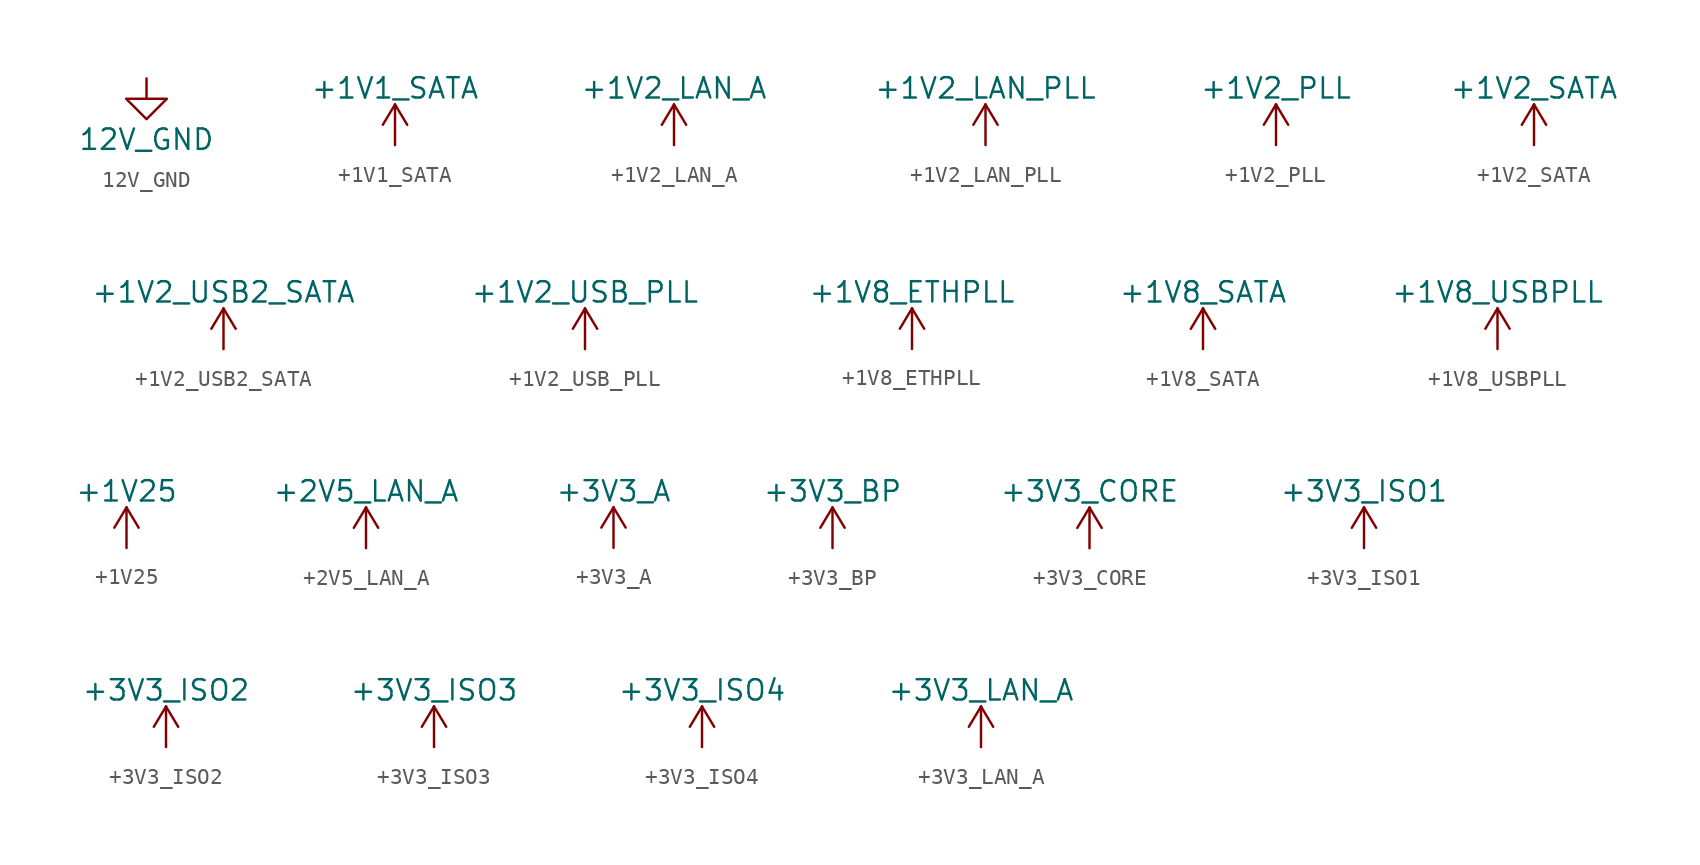
<source format=kicad_sym>
(kicad_symbol_lib
  (version 20211014)
  (generator kicad_symbol_editor)
  (symbol "12V_GND"
    (power)
    (pin_names
      (offset 0))
    (property "Reference" "#PWR"
      (at 0 -6.35 0)
      (effects (font (size 1.27 1.27)) hide))
    (property "Value" "12V_GND"
      (at 0 -3.81 0)
      (effects (font (size 1.27 1.27))))
    (symbol "12V_GND_0_1"
      (polyline (pts (xy 0 0) (xy 0 -1.27) (xy 1.27 -1.27) (xy 0 -2.54) (xy -1.27 -1.27) (xy 0 -1.27)) (stroke (width 0) (type default) (color 0 0 0 0)) (fill (type none))))
    (symbol "12V_GND_1_1"
      (pin power_in line (at 0 0 270) (length 0) hide (name "12V_GND" (effects (font (size 1.27 1.27)))) (number "1" (effects (font (size 1.27 1.27)))))))
  (symbol "+1V1_SATA"
    (power)
    (pin_names
      (offset 0))
    (property "Reference" "#PWR"
      (at 0 -3.81 0)
      (effects (font (size 1.27 1.27)) hide))
    (property "Value" "+1V1_SATA"
      (at 0 3.556 0)
      (effects (font (size 1.27 1.27))))
    (property "Footprint" ""
      (at 0 0 0)
      (effects (font (size 1.27 1.27))))
    (property "Datasheet" ""
      (at 0 0 0)
      (effects (font (size 1.27 1.27))))
    (symbol "+1V1_SATA_0_1"
      (polyline (pts (xy -0.762 1.27) (xy 0 2.54)) (stroke (width 0) (type default) (color 0 0 0 0)) (fill (type none)))
      (polyline (pts (xy 0 0) (xy 0 2.54)) (stroke (width 0) (type default) (color 0 0 0 0)) (fill (type none)))
      (polyline (pts (xy 0 2.54) (xy 0.762 1.27)) (stroke (width 0) (type default) (color 0 0 0 0)) (fill (type none))))
    (symbol "+1V1_SATA_1_1"
      (pin power_in line (at 0 0 90) (length 0) hide (name "+1V1_SATA" (effects (font (size 1.27 1.27)))) (number "1" (effects (font (size 1.27 1.27)))))))
  (symbol "+1V2_LAN_A"
    (power)
    (pin_names
      (offset 0))
    (property "Reference" "#PWR"
      (at 0 -3.81 0)
      (effects (font (size 1.27 1.27)) hide))
    (property "Value" "+1V2_LAN_A"
      (at 0 3.556 0)
      (effects (font (size 1.27 1.27))))
    (property "Footprint" ""
      (at 0 0 0)
      (effects (font (size 1.27 1.27))))
    (property "Datasheet" ""
      (at 0 0 0)
      (effects (font (size 1.27 1.27))))
    (symbol "+1V2_LAN_A_0_1"
      (polyline (pts (xy -0.762 1.27) (xy 0 2.54)) (stroke (width 0) (type default) (color 0 0 0 0)) (fill (type none)))
      (polyline (pts (xy 0 0) (xy 0 2.54)) (stroke (width 0) (type default) (color 0 0 0 0)) (fill (type none)))
      (polyline (pts (xy 0 2.54) (xy 0.762 1.27)) (stroke (width 0) (type default) (color 0 0 0 0)) (fill (type none))))
    (symbol "+1V2_LAN_A_1_1"
      (pin power_in line (at 0 0 90) (length 0) hide (name "+1V2_LAN_A" (effects (font (size 1.27 1.27)))) (number "1" (effects (font (size 1.27 1.27)))))))
  (symbol "+1V2_LAN_PLL"
    (power)
    (pin_names
      (offset 0))
    (property "Reference" "#PWR"
      (at 0 -3.81 0)
      (effects (font (size 1.27 1.27)) hide))
    (property "Value" "+1V2_LAN_PLL"
      (at 0 3.556 0)
      (effects (font (size 1.27 1.27))))
    (property "Footprint" ""
      (at 0 0 0)
      (effects (font (size 1.27 1.27))))
    (property "Datasheet" ""
      (at 0 0 0)
      (effects (font (size 1.27 1.27))))
    (symbol "+1V2_LAN_PLL_0_1"
      (polyline (pts (xy -0.762 1.27) (xy 0 2.54)) (stroke (width 0) (type default) (color 0 0 0 0)) (fill (type none)))
      (polyline (pts (xy 0 0) (xy 0 2.54)) (stroke (width 0) (type default) (color 0 0 0 0)) (fill (type none)))
      (polyline (pts (xy 0 2.54) (xy 0.762 1.27)) (stroke (width 0) (type default) (color 0 0 0 0)) (fill (type none))))
    (symbol "+1V2_LAN_PLL_1_1"
      (pin power_in line (at 0 0 90) (length 0) hide (name "+1V2_LAN_PLL" (effects (font (size 1.27 1.27)))) (number "1" (effects (font (size 1.27 1.27)))))))
  (symbol "+1V2_PLL"
    (power)
    (pin_names
      (offset 0))
    (property "Reference" "#PWR"
      (at 0 -3.81 0)
      (effects (font (size 1.27 1.27)) hide))
    (property "Value" "+1V2_PLL"
      (at 0 3.556 0)
      (effects (font (size 1.27 1.27))))
    (property "Footprint" ""
      (at 0 0 0)
      (effects (font (size 1.27 1.27))))
    (property "Datasheet" ""
      (at 0 0 0)
      (effects (font (size 1.27 1.27))))
    (symbol "+1V2_PLL_0_1"
      (polyline (pts (xy -0.762 1.27) (xy 0 2.54)) (stroke (width 0) (type default) (color 0 0 0 0)) (fill (type none)))
      (polyline (pts (xy 0 0) (xy 0 2.54)) (stroke (width 0) (type default) (color 0 0 0 0)) (fill (type none)))
      (polyline (pts (xy 0 2.54) (xy 0.762 1.27)) (stroke (width 0) (type default) (color 0 0 0 0)) (fill (type none))))
    (symbol "+1V2_PLL_1_1"
      (pin power_in line (at 0 0 90) (length 0) hide (name "+1V2_PLL" (effects (font (size 1.27 1.27)))) (number "1" (effects (font (size 1.27 1.27)))))))
  (symbol "+1V2_SATA"
    (power)
    (pin_names
      (offset 0))
    (property "Reference" "#PWR"
      (at 0 -3.81 0)
      (effects (font (size 1.27 1.27)) hide))
    (property "Value" "+1V2_SATA"
      (at 0 3.556 0)
      (effects (font (size 1.27 1.27))))
    (property "Footprint" ""
      (at 0 0 0)
      (effects (font (size 1.27 1.27))))
    (property "Datasheet" ""
      (at 0 0 0)
      (effects (font (size 1.27 1.27))))
    (symbol "+1V2_SATA_0_1"
      (polyline (pts (xy -0.762 1.27) (xy 0 2.54)) (stroke (width 0) (type default) (color 0 0 0 0)) (fill (type none)))
      (polyline (pts (xy 0 0) (xy 0 2.54)) (stroke (width 0) (type default) (color 0 0 0 0)) (fill (type none)))
      (polyline (pts (xy 0 2.54) (xy 0.762 1.27)) (stroke (width 0) (type default) (color 0 0 0 0)) (fill (type none))))
    (symbol "+1V2_SATA_1_1"
      (pin power_in line (at 0 0 90) (length 0) hide (name "+1V2_SATA" (effects (font (size 1.27 1.27)))) (number "1" (effects (font (size 1.27 1.27)))))))
  (symbol "+1V2_USB2_SATA"
    (power)
    (pin_names
      (offset 0))
    (property "Reference" "#PWR"
      (at 0 -3.81 0)
      (effects (font (size 1.27 1.27)) hide))
    (property "Value" "+1V2_USB2_SATA"
      (at 0 3.556 0)
      (effects (font (size 1.27 1.27))))
    (property "Footprint" ""
      (at 0 0 0)
      (effects (font (size 1.27 1.27))))
    (property "Datasheet" ""
      (at 0 0 0)
      (effects (font (size 1.27 1.27))))
    (symbol "+1V2_USB2_SATA_0_1"
      (polyline (pts (xy -0.762 1.27) (xy 0 2.54)) (stroke (width 0) (type default) (color 0 0 0 0)) (fill (type none)))
      (polyline (pts (xy 0 0) (xy 0 2.54)) (stroke (width 0) (type default) (color 0 0 0 0)) (fill (type none)))
      (polyline (pts (xy 0 2.54) (xy 0.762 1.27)) (stroke (width 0) (type default) (color 0 0 0 0)) (fill (type none))))
    (symbol "+1V2_USB2_SATA_1_1"
      (pin power_in line (at 0 0 90) (length 0) hide (name "+1V2_USB2_SATA" (effects (font (size 1.27 1.27)))) (number "1" (effects (font (size 1.27 1.27)))))))
  (symbol "+1V2_USB_PLL"
    (power)
    (pin_names
      (offset 0))
    (property "Reference" "#PWR"
      (at 0 -3.81 0)
      (effects (font (size 1.27 1.27)) hide))
    (property "Value" "+1V2_USB_PLL"
      (at 0 3.556 0)
      (effects (font (size 1.27 1.27))))
    (property "Footprint" ""
      (at 0 0 0)
      (effects (font (size 1.27 1.27))))
    (property "Datasheet" ""
      (at 0 0 0)
      (effects (font (size 1.27 1.27))))
    (symbol "+1V2_USB_PLL_0_1"
      (polyline (pts (xy -0.762 1.27) (xy 0 2.54)) (stroke (width 0) (type default) (color 0 0 0 0)) (fill (type none)))
      (polyline (pts (xy 0 0) (xy 0 2.54)) (stroke (width 0) (type default) (color 0 0 0 0)) (fill (type none)))
      (polyline (pts (xy 0 2.54) (xy 0.762 1.27)) (stroke (width 0) (type default) (color 0 0 0 0)) (fill (type none))))
    (symbol "+1V2_USB_PLL_1_1"
      (pin power_in line (at 0 0 90) (length 0) hide (name "+1V2_USB_PLL" (effects (font (size 1.27 1.27)))) (number "1" (effects (font (size 1.27 1.27)))))))
  (symbol "+1V8_ETHPLL"
    (power)
    (pin_names
      (offset 0))
    (property "Reference" "#PWR"
      (at 0 -3.81 0)
      (effects (font (size 1.27 1.27)) hide))
    (property "Value" "+1V8_ETHPLL"
      (at 0 3.556 0)
      (effects (font (size 1.27 1.27))))
    (symbol "+1V8_ETHPLL_0_1"
      (polyline (pts (xy -0.762 1.27) (xy 0 2.54)) (stroke (width 0) (type default) (color 0 0 0 0)) (fill (type none)))
      (polyline (pts (xy 0 0) (xy 0 2.54)) (stroke (width 0) (type default) (color 0 0 0 0)) (fill (type none)))
      (polyline (pts (xy 0 2.54) (xy 0.762 1.27)) (stroke (width 0) (type default) (color 0 0 0 0)) (fill (type none))))
    (symbol "+1V8_ETHPLL_1_1"
      (pin power_in line (at 0 0 90) (length 0) hide (name "+1V8_ETHPLL" (effects (font (size 1.27 1.27)))) (number "1" (effects (font (size 1.27 1.27)))))))
  (symbol "+1V8_SATA"
    (power)
    (pin_names
      (offset 0))
    (property "Reference" "#PWR"
      (at 0 -3.81 0)
      (effects (font (size 1.27 1.27)) hide))
    (property "Value" "+1V8_SATA"
      (at 0 3.556 0)
      (effects (font (size 1.27 1.27))))
    (symbol "+1V8_SATA_0_1"
      (polyline (pts (xy -0.762 1.27) (xy 0 2.54)) (stroke (width 0) (type default) (color 0 0 0 0)) (fill (type none)))
      (polyline (pts (xy 0 0) (xy 0 2.54)) (stroke (width 0) (type default) (color 0 0 0 0)) (fill (type none)))
      (polyline (pts (xy 0 2.54) (xy 0.762 1.27)) (stroke (width 0) (type default) (color 0 0 0 0)) (fill (type none))))
    (symbol "+1V8_SATA_1_1"
      (pin power_in line (at 0 0 90) (length 0) hide (name "+1V8_SATA" (effects (font (size 1.27 1.27)))) (number "1" (effects (font (size 1.27 1.27)))))))
  (symbol "+1V8_USBPLL"
    (power)
    (pin_names
      (offset 0))
    (property "Reference" "#PWR"
      (at 0 -3.81 0)
      (effects (font (size 1.27 1.27)) hide))
    (property "Value" "+1V8_USBPLL"
      (at 0 3.556 0)
      (effects (font (size 1.27 1.27))))
    (symbol "+1V8_USBPLL_0_1"
      (polyline (pts (xy -0.762 1.27) (xy 0 2.54)) (stroke (width 0) (type default) (color 0 0 0 0)) (fill (type none)))
      (polyline (pts (xy 0 0) (xy 0 2.54)) (stroke (width 0) (type default) (color 0 0 0 0)) (fill (type none)))
      (polyline (pts (xy 0 2.54) (xy 0.762 1.27)) (stroke (width 0) (type default) (color 0 0 0 0)) (fill (type none))))
    (symbol "+1V8_USBPLL_1_1"
      (pin power_in line (at 0 0 90) (length 0) hide (name "+1V8_USBPLL" (effects (font (size 1.27 1.27)))) (number "1" (effects (font (size 1.27 1.27)))))))
  (symbol "+1V25"
    (power)
    (pin_names
      (offset 0))
    (property "Reference" "#PWR"
      (at 0 -3.81 0)
      (effects (font (size 1.27 1.27)) hide))
    (property "Value" "+1V25"
      (at 0 3.556 0)
      (effects (font (size 1.27 1.27))))
    (symbol "+1V25_0_1"
      (polyline (pts (xy -0.762 1.27) (xy 0 2.54)) (stroke (width 0) (type default) (color 0 0 0 0)) (fill (type none)))
      (polyline (pts (xy 0 0) (xy 0 2.54)) (stroke (width 0) (type default) (color 0 0 0 0)) (fill (type none)))
      (polyline (pts (xy 0 2.54) (xy 0.762 1.27)) (stroke (width 0) (type default) (color 0 0 0 0)) (fill (type none))))
    (symbol "+1V25_1_1"
      (pin power_in line (at 0 0 90) (length 0) hide (name "+1V25" (effects (font (size 1.27 1.27)))) (number "1" (effects (font (size 1.27 1.27)))))))
  (symbol "+2V5_LAN_A"
    (power)
    (pin_names
      (offset 0))
    (property "Reference" "#PWR"
      (at 0 -3.81 0)
      (effects (font (size 1.27 1.27)) hide))
    (property "Value" "+2V5_LAN_A"
      (at 0 3.556 0)
      (effects (font (size 1.27 1.27))))
    (property "Footprint" ""
      (at 0 0 0)
      (effects (font (size 1.27 1.27))))
    (property "Datasheet" ""
      (at 0 0 0)
      (effects (font (size 1.27 1.27))))
    (symbol "+2V5_LAN_A_0_1"
      (polyline (pts (xy -0.762 1.27) (xy 0 2.54)) (stroke (width 0) (type default) (color 0 0 0 0)) (fill (type none)))
      (polyline (pts (xy 0 0) (xy 0 2.54)) (stroke (width 0) (type default) (color 0 0 0 0)) (fill (type none)))
      (polyline (pts (xy 0 2.54) (xy 0.762 1.27)) (stroke (width 0) (type default) (color 0 0 0 0)) (fill (type none))))
    (symbol "+2V5_LAN_A_1_1"
      (pin power_in line (at 0 0 90) (length 0) hide (name "+2V5_LAN_A" (effects (font (size 1.27 1.27)))) (number "1" (effects (font (size 1.27 1.27)))))))
  (symbol "+3V3_A"
    (power)
    (pin_names
      (offset 0))
    (property "Reference" "#PWR"
      (at 0 -3.81 0)
      (effects (font (size 1.27 1.27)) hide))
    (property "Value" "+3V3_A"
      (at 0 3.556 0)
      (effects (font (size 1.27 1.27))))
    (property "Footprint" ""
      (at 0 0 0)
      (effects (font (size 1.27 1.27))))
    (property "Datasheet" ""
      (at 0 0 0)
      (effects (font (size 1.27 1.27))))
    (symbol "+3V3_A_0_1"
      (polyline (pts (xy -0.762 1.27) (xy 0 2.54)) (stroke (width 0) (type default) (color 0 0 0 0)) (fill (type none)))
      (polyline (pts (xy 0 0) (xy 0 2.54)) (stroke (width 0) (type default) (color 0 0 0 0)) (fill (type none)))
      (polyline (pts (xy 0 2.54) (xy 0.762 1.27)) (stroke (width 0) (type default) (color 0 0 0 0)) (fill (type none))))
    (symbol "+3V3_A_1_1"
      (pin power_in line (at 0 0 90) (length 0) hide (name "+3V3_A" (effects (font (size 1.27 1.27)))) (number "1" (effects (font (size 1.27 1.27)))))))
  (symbol "+3V3_BP"
    (power)
    (pin_names
      (offset 0))
    (property "Reference" "#PWR"
      (at 0 -3.81 0)
      (effects (font (size 1.27 1.27)) hide))
    (property "Value" "+3V3_BP"
      (at 0 3.556 0)
      (effects (font (size 1.27 1.27))))
    (property "Footprint" ""
      (at 0 0 0)
      (effects (font (size 1.27 1.27))))
    (property "Datasheet" ""
      (at 0 0 0)
      (effects (font (size 1.27 1.27))))
    (symbol "+3V3_BP_0_1"
      (polyline (pts (xy -0.762 1.27) (xy 0 2.54)) (stroke (width 0) (type default) (color 0 0 0 0)) (fill (type none)))
      (polyline (pts (xy 0 0) (xy 0 2.54)) (stroke (width 0) (type default) (color 0 0 0 0)) (fill (type none)))
      (polyline (pts (xy 0 2.54) (xy 0.762 1.27)) (stroke (width 0) (type default) (color 0 0 0 0)) (fill (type none))))
    (symbol "+3V3_BP_1_1"
      (pin power_in line (at 0 0 90) (length 0) hide (name "+3V3_BP" (effects (font (size 1.27 1.27)))) (number "1" (effects (font (size 1.27 1.27)))))))
  (symbol "+3V3_CORE"
    (power)
    (pin_names
      (offset 0))
    (property "Reference" "#PWR"
      (at 0 -3.81 0)
      (effects (font (size 1.27 1.27)) hide))
    (property "Value" "+3V3_CORE"
      (at 0 3.556 0)
      (effects (font (size 1.27 1.27))))
    (property "Footprint" ""
      (at 0 0 0)
      (effects (font (size 1.27 1.27))))
    (property "Datasheet" ""
      (at 0 0 0)
      (effects (font (size 1.27 1.27))))
    (symbol "+3V3_CORE_0_1"
      (polyline (pts (xy -0.762 1.27) (xy 0 2.54)) (stroke (width 0) (type default) (color 0 0 0 0)) (fill (type none)))
      (polyline (pts (xy 0 0) (xy 0 2.54)) (stroke (width 0) (type default) (color 0 0 0 0)) (fill (type none)))
      (polyline (pts (xy 0 2.54) (xy 0.762 1.27)) (stroke (width 0) (type default) (color 0 0 0 0)) (fill (type none))))
    (symbol "+3V3_CORE_1_1"
      (pin power_in line (at 0 0 90) (length 0) hide (name "+3V3_CORE" (effects (font (size 1.27 1.27)))) (number "1" (effects (font (size 1.27 1.27)))))))
  (symbol "+3V3_ISO1"
    (power)
    (pin_names
      (offset 0))
    (property "Reference" "#PWR"
      (at 0 -3.81 0)
      (effects (font (size 1.27 1.27)) hide))
    (property "Value" "+3V3_ISO1"
      (at 0 3.556 0)
      (effects (font (size 1.27 1.27))))
    (property "Footprint" ""
      (at 0 0 0)
      (effects (font (size 1.27 1.27))))
    (property "Datasheet" ""
      (at 0 0 0)
      (effects (font (size 1.27 1.27))))
    (symbol "+3V3_ISO1_0_1"
      (polyline (pts (xy -0.762 1.27) (xy 0 2.54)) (stroke (width 0) (type default) (color 0 0 0 0)) (fill (type none)))
      (polyline (pts (xy 0 0) (xy 0 2.54)) (stroke (width 0) (type default) (color 0 0 0 0)) (fill (type none)))
      (polyline (pts (xy 0 2.54) (xy 0.762 1.27)) (stroke (width 0) (type default) (color 0 0 0 0)) (fill (type none))))
    (symbol "+3V3_ISO1_1_1"
      (pin power_in line (at 0 0 90) (length 0) hide (name "+3V3_ISO1" (effects (font (size 1.27 1.27)))) (number "1" (effects (font (size 1.27 1.27)))))))
  (symbol "+3V3_ISO2"
    (power)
    (pin_names
      (offset 0))
    (property "Reference" "#PWR"
      (at 0 -3.81 0)
      (effects (font (size 1.27 1.27)) hide))
    (property "Value" "+3V3_ISO2"
      (at 0 3.556 0)
      (effects (font (size 1.27 1.27))))
    (property "Footprint" ""
      (at 0 0 0)
      (effects (font (size 1.27 1.27))))
    (property "Datasheet" ""
      (at 0 0 0)
      (effects (font (size 1.27 1.27))))
    (symbol "+3V3_ISO2_0_1"
      (polyline (pts (xy -0.762 1.27) (xy 0 2.54)) (stroke (width 0) (type default) (color 0 0 0 0)) (fill (type none)))
      (polyline (pts (xy 0 0) (xy 0 2.54)) (stroke (width 0) (type default) (color 0 0 0 0)) (fill (type none)))
      (polyline (pts (xy 0 2.54) (xy 0.762 1.27)) (stroke (width 0) (type default) (color 0 0 0 0)) (fill (type none))))
    (symbol "+3V3_ISO2_1_1"
      (pin power_in line (at 0 0 90) (length 0) hide (name "+3V3_ISO2" (effects (font (size 1.27 1.27)))) (number "1" (effects (font (size 1.27 1.27)))))))
  (symbol "+3V3_ISO3"
    (power)
    (pin_names
      (offset 0))
    (property "Reference" "#PWR"
      (at 0 -3.81 0)
      (effects (font (size 1.27 1.27)) hide))
    (property "Value" "+3V3_ISO3"
      (at 0 3.556 0)
      (effects (font (size 1.27 1.27))))
    (property "Footprint" ""
      (at 0 0 0)
      (effects (font (size 1.27 1.27))))
    (property "Datasheet" ""
      (at 0 0 0)
      (effects (font (size 1.27 1.27))))
    (symbol "+3V3_ISO3_0_1"
      (polyline (pts (xy -0.762 1.27) (xy 0 2.54)) (stroke (width 0) (type default) (color 0 0 0 0)) (fill (type none)))
      (polyline (pts (xy 0 0) (xy 0 2.54)) (stroke (width 0) (type default) (color 0 0 0 0)) (fill (type none)))
      (polyline (pts (xy 0 2.54) (xy 0.762 1.27)) (stroke (width 0) (type default) (color 0 0 0 0)) (fill (type none))))
    (symbol "+3V3_ISO3_1_1"
      (pin power_in line (at 0 0 90) (length 0) hide (name "+3V3_ISO3" (effects (font (size 1.27 1.27)))) (number "1" (effects (font (size 1.27 1.27)))))))
  (symbol "+3V3_ISO4"
    (power)
    (pin_names
      (offset 0))
    (property "Reference" "#PWR"
      (at 0 -3.81 0)
      (effects (font (size 1.27 1.27)) hide))
    (property "Value" "+3V3_ISO4"
      (at 0 3.556 0)
      (effects (font (size 1.27 1.27))))
    (property "Footprint" ""
      (at 0 0 0)
      (effects (font (size 1.27 1.27))))
    (property "Datasheet" ""
      (at 0 0 0)
      (effects (font (size 1.27 1.27))))
    (symbol "+3V3_ISO4_0_1"
      (polyline (pts (xy -0.762 1.27) (xy 0 2.54)) (stroke (width 0) (type default) (color 0 0 0 0)) (fill (type none)))
      (polyline (pts (xy 0 0) (xy 0 2.54)) (stroke (width 0) (type default) (color 0 0 0 0)) (fill (type none)))
      (polyline (pts (xy 0 2.54) (xy 0.762 1.27)) (stroke (width 0) (type default) (color 0 0 0 0)) (fill (type none))))
    (symbol "+3V3_ISO4_1_1"
      (pin power_in line (at 0 0 90) (length 0) hide (name "+3V3_ISO4" (effects (font (size 1.27 1.27)))) (number "1" (effects (font (size 1.27 1.27)))))))
  (symbol "+3V3_LAN_A"
    (power)
    (pin_names
      (offset 0))
    (property "Reference" "#PWR"
      (at 0 -3.81 0)
      (effects (font (size 1.27 1.27)) hide))
    (property "Value" "+3V3_LAN_A"
      (at 0 3.556 0)
      (effects (font (size 1.27 1.27))))
    (property "Footprint" ""
      (at 0 0 0)
      (effects (font (size 1.27 1.27))))
    (property "Datasheet" ""
      (at 0 0 0)
      (effects (font (size 1.27 1.27))))
    (symbol "+3V3_LAN_A_0_1"
      (polyline (pts (xy -0.762 1.27) (xy 0 2.54)) (stroke (width 0) (type default) (color 0 0 0 0)) (fill (type none)))
      (polyline (pts (xy 0 0) (xy 0 2.54)) (stroke (width 0) (type default) (color 0 0 0 0)) (fill (type none)))
      (polyline (pts (xy 0 2.54) (xy 0.762 1.27)) (stroke (width 0) (type default) (color 0 0 0 0)) (fill (type none))))
    (symbol "+3V3_LAN_A_1_1"
      (pin power_in line (at 0 0 90) (length 0) hide (name "+3V3_LAN_A" (effects (font (size 1.27 1.27)))) (number "1" (effects (font (size 1.27 1.27))))))))
</source>
